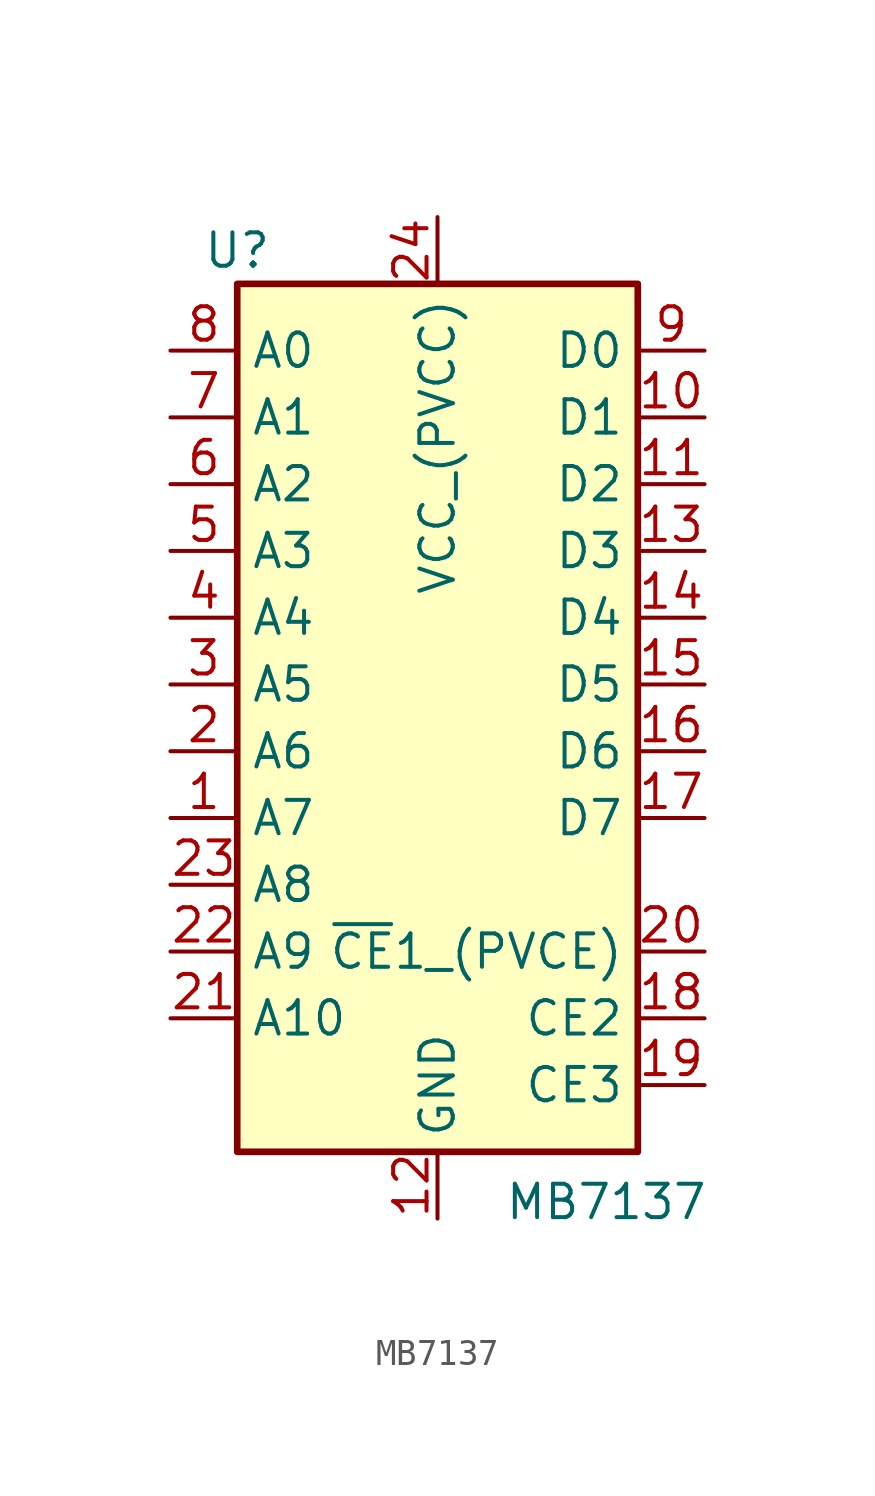
<source format=kicad_sym>
(kicad_symbol_lib
  (version 20220914)
  (generator kicad_symbol_editor)
  (symbol "MB7137"
    (property "Reference" "U"
      (at -7.62 16.51 0)
      (effects (font (size 1.27 1.27))))
    (property "Value" "MB7137"
      (at 2.54 -19.685 0)
      (effects (font (size 1.27 1.27)) (justify left)))
    (symbol "MB7137_1_1"
      (rectangle (start -7.62 15.24) (end 7.62 -17.78) (stroke (width 0.254) (type default)) (fill (type background)))
      (pin input line (at -10.16 -5.08 0) (length 2.54) (name "A7" (effects (font (size 1.27 1.27)))) (number "1" (effects (font (size 1.27 1.27)))))
      (pin tri_state line (at 10.16 10.16 180) (length 2.54) (name "D1" (effects (font (size 1.27 1.27)))) (number "10" (effects (font (size 1.27 1.27)))))
      (pin tri_state line (at 10.16 7.62 180) (length 2.54) (name "D2" (effects (font (size 1.27 1.27)))) (number "11" (effects (font (size 1.27 1.27)))))
      (pin power_in line (at 0 -20.32 90) (length 2.54) (name "GND" (effects (font (size 1.27 1.27)))) (number "12" (effects (font (size 1.27 1.27)))))
      (pin tri_state line (at 10.16 5.08 180) (length 2.54) (name "D3" (effects (font (size 1.27 1.27)))) (number "13" (effects (font (size 1.27 1.27)))))
      (pin tri_state line (at 10.16 2.54 180) (length 2.54) (name "D4" (effects (font (size 1.27 1.27)))) (number "14" (effects (font (size 1.27 1.27)))))
      (pin tri_state line (at 10.16 0 180) (length 2.54) (name "D5" (effects (font (size 1.27 1.27)))) (number "15" (effects (font (size 1.27 1.27)))))
      (pin tri_state line (at 10.16 -2.54 180) (length 2.54) (name "D6" (effects (font (size 1.27 1.27)))) (number "16" (effects (font (size 1.27 1.27)))))
      (pin tri_state line (at 10.16 -5.08 180) (length 2.54) (name "D7" (effects (font (size 1.27 1.27)))) (number "17" (effects (font (size 1.27 1.27)))))
      (pin input line (at 10.16 -12.7 180) (length 2.54) (name "CE2" (effects (font (size 1.27 1.27)))) (number "18" (effects (font (size 1.27 1.27)))))
      (pin input line (at 10.16 -15.24 180) (length 2.54) (name "CE3" (effects (font (size 1.27 1.27)))) (number "19" (effects (font (size 1.27 1.27)))))
      (pin input line (at -10.16 -2.54 0) (length 2.54) (name "A6" (effects (font (size 1.27 1.27)))) (number "2" (effects (font (size 1.27 1.27)))))
      (pin input line (at 10.16 -10.16 180) (length 2.54) (name "~{CE}1_(PVCE)" (effects (font (size 1.27 1.27)))) (number "20" (effects (font (size 1.27 1.27)))))
      (pin input line (at -10.16 -12.7 0) (length 2.54) (name "A10" (effects (font (size 1.27 1.27)))) (number "21" (effects (font (size 1.27 1.27)))))
      (pin input line (at -10.16 -10.16 0) (length 2.54) (name "A9" (effects (font (size 1.27 1.27)))) (number "22" (effects (font (size 1.27 1.27)))))
      (pin input line (at -10.16 -7.62 0) (length 2.54) (name "A8" (effects (font (size 1.27 1.27)))) (number "23" (effects (font (size 1.27 1.27)))))
      (pin power_in line (at 0 17.78 270) (length 2.54) (name "VCC_(PVCC)" (effects (font (size 1.27 1.27)))) (number "24" (effects (font (size 1.27 1.27)))))
      (pin no_connect line (at 7.62 -7.62 180) (length 2.54) hide (name "NC" (effects (font (size 1.27 1.27)))) (number "26" (effects (font (size 1.27 1.27)))))
      (pin input line (at -10.16 0 0) (length 2.54) (name "A5" (effects (font (size 1.27 1.27)))) (number "3" (effects (font (size 1.27 1.27)))))
      (pin input line (at -10.16 2.54 0) (length 2.54) (name "A4" (effects (font (size 1.27 1.27)))) (number "4" (effects (font (size 1.27 1.27)))))
      (pin input line (at -10.16 5.08 0) (length 2.54) (name "A3" (effects (font (size 1.27 1.27)))) (number "5" (effects (font (size 1.27 1.27)))))
      (pin input line (at -10.16 7.62 0) (length 2.54) (name "A2" (effects (font (size 1.27 1.27)))) (number "6" (effects (font (size 1.27 1.27)))))
      (pin input line (at -10.16 10.16 0) (length 2.54) (name "A1" (effects (font (size 1.27 1.27)))) (number "7" (effects (font (size 1.27 1.27)))))
      (pin input line (at -10.16 12.7 0) (length 2.54) (name "A0" (effects (font (size 1.27 1.27)))) (number "8" (effects (font (size 1.27 1.27)))))
      (pin tri_state line (at 10.16 12.7 180) (length 2.54) (name "D0" (effects (font (size 1.27 1.27)))) (number "9" (effects (font (size 1.27 1.27))))))))
</source>
